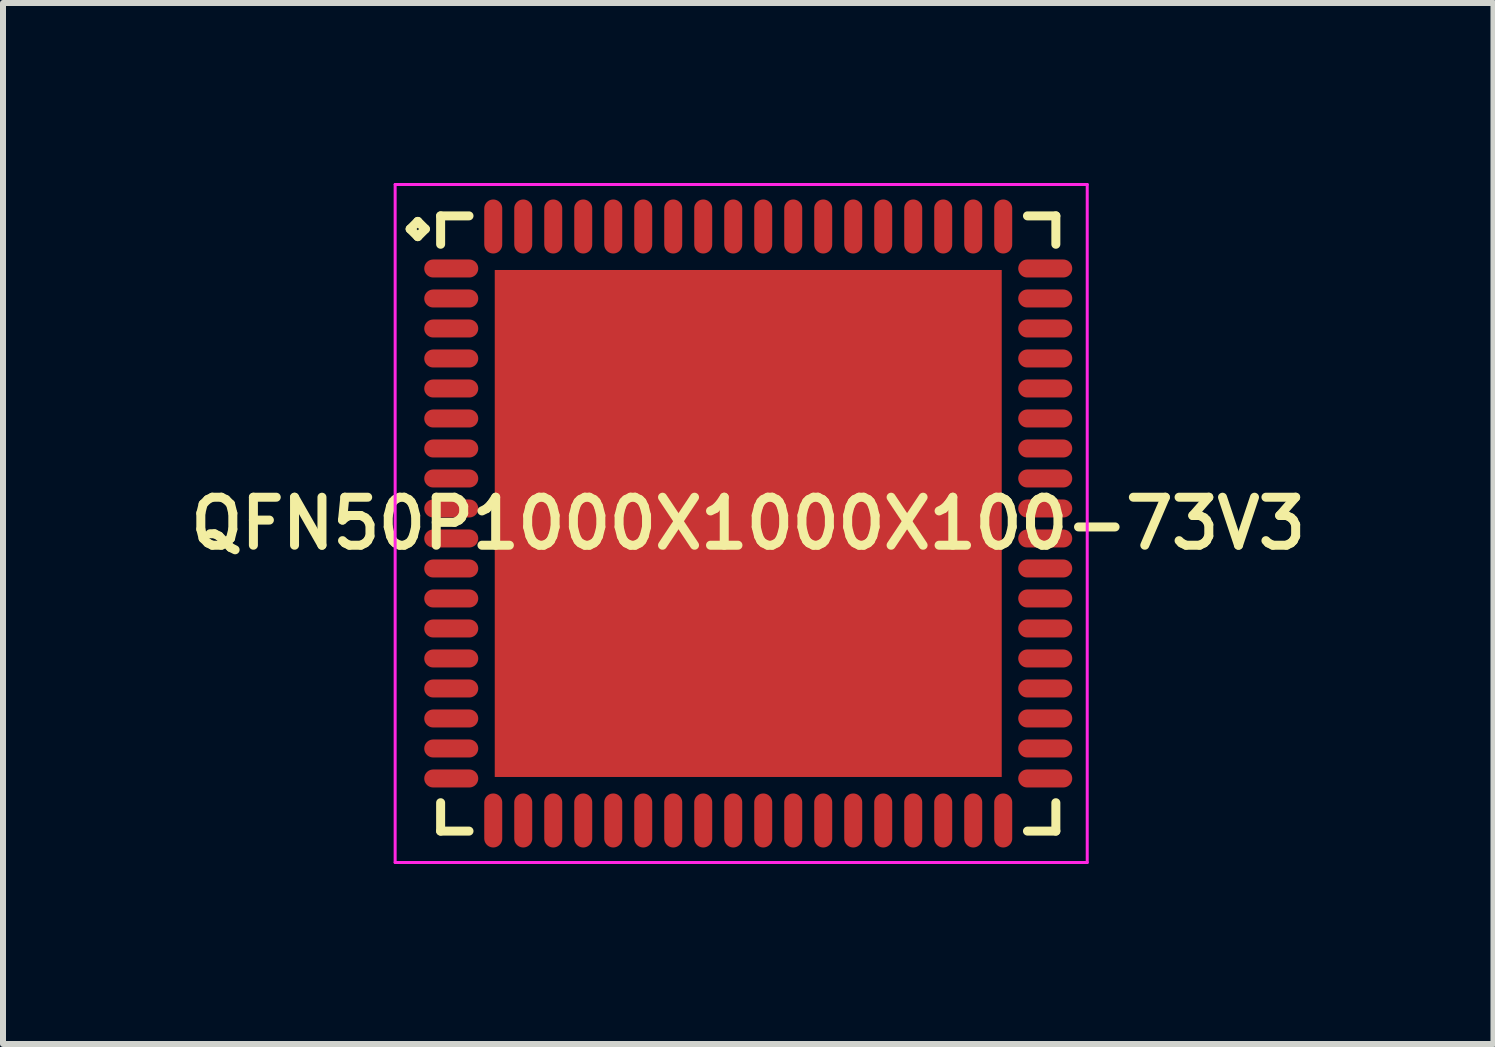
<source format=kicad_pcb>
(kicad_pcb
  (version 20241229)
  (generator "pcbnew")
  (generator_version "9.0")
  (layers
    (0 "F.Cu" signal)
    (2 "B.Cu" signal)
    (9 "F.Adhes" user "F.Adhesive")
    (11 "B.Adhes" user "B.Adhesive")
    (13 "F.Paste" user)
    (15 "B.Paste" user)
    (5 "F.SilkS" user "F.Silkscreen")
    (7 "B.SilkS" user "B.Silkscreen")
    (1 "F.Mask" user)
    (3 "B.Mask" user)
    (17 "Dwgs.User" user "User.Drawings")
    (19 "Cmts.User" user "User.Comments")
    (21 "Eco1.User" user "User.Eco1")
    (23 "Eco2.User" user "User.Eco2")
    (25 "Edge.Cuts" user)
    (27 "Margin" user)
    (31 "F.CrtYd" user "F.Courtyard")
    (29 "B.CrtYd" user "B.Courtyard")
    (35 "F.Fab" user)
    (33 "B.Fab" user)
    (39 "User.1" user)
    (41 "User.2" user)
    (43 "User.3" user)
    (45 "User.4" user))
  (footprint "QFN50P1000X1000X100-73V3"
    (layer "F.Cu")
    (at 9.421 5.675)
    (property "Reference" "QFN50P1000X1000X100-73V3" (at 0 0 0) (layer "F.SilkS") (effects (font (size 0.8 0.8) (thickness 0.15))))
    (attr smd)
    (fp_line (start -5.635 -4.908) (end -5.508 -5.035) (stroke (width 0.15) (type solid)) (layer "F.SilkS"))
    (fp_line (start -5.508 -5.035) (end -5.381 -4.908) (stroke (width 0.15) (type solid)) (layer "F.SilkS"))
    (fp_line (start -5.508 -4.781) (end -5.635 -4.908) (stroke (width 0.15) (type solid)) (layer "F.SilkS"))
    (fp_line (start -5.381 -4.908) (end -5.508 -4.781) (stroke (width 0.15) (type solid)) (layer "F.SilkS"))
    (fp_line (start -5.127 -5.127) (end -4.654 -5.127) (stroke (width 0.15) (type solid)) (layer "F.SilkS"))
    (fp_line (start -5.127 -4.654) (end -5.127 -5.127) (stroke (width 0.15) (type solid)) (layer "F.SilkS"))
    (fp_line (start -5.127 4.654) (end -5.127 5.127) (stroke (width 0.15) (type solid)) (layer "F.SilkS"))
    (fp_line (start -5.127 5.127) (end -4.654 5.127) (stroke (width 0.15) (type solid)) (layer "F.SilkS"))
    (fp_line (start 4.654 -5.127) (end 5.127 -5.127) (stroke (width 0.15) (type solid)) (layer "F.SilkS"))
    (fp_line (start 4.654 5.127) (end 5.127 5.127) (stroke (width 0.15) (type solid)) (layer "F.SilkS"))
    (fp_line (start 5.127 -5.127) (end 5.127 -4.654) (stroke (width 0.15) (type solid)) (layer "F.SilkS"))
    (fp_line (start 5.127 5.127) (end 5.127 4.654) (stroke (width 0.15) (type solid)) (layer "F.SilkS"))
    (fp_line (start -5.885 -5.65) (end 5.65 -5.65) (stroke (width 0.05) (type solid)) (layer "F.CrtYd"))
    (fp_line (start -5.885 5.65) (end -5.885 -5.65) (stroke (width 0.05) (type solid)) (layer "F.CrtYd"))
    (fp_line (start 5.65 -5.65) (end 5.65 5.65) (stroke (width 0.05) (type solid)) (layer "F.CrtYd"))
    (fp_line (start 5.65 5.65) (end -5.885 5.65) (stroke (width 0.05) (type solid)) (layer "F.CrtYd"))
    (pad "1" smd oval (at -4.95 -4.25) (size 0.9 0.3) (layers "F.Cu" "F.Mask" "F.Paste"))
    (pad "2" smd oval (at -4.95 -3.75) (size 0.9 0.3) (layers "F.Cu" "F.Mask" "F.Paste"))
    (pad "3" smd oval (at -4.95 -3.25) (size 0.9 0.3) (layers "F.Cu" "F.Mask" "F.Paste"))
    (pad "4" smd oval (at -4.95 -2.75) (size 0.9 0.3) (layers "F.Cu" "F.Mask" "F.Paste"))
    (pad "5" smd oval (at -4.95 -2.25) (size 0.9 0.3) (layers "F.Cu" "F.Mask" "F.Paste"))
    (pad "6" smd oval (at -4.95 -1.75) (size 0.9 0.3) (layers "F.Cu" "F.Mask" "F.Paste"))
    (pad "7" smd oval (at -4.95 -1.25) (size 0.9 0.3) (layers "F.Cu" "F.Mask" "F.Paste"))
    (pad "8" smd oval (at -4.95 -0.75) (size 0.9 0.3) (layers "F.Cu" "F.Mask" "F.Paste"))
    (pad "9" smd oval (at -4.95 -0.25) (size 0.9 0.3) (layers "F.Cu" "F.Mask" "F.Paste"))
    (pad "10" smd oval (at -4.95 0.25) (size 0.9 0.3) (layers "F.Cu" "F.Mask" "F.Paste"))
    (pad "11" smd oval (at -4.95 0.75) (size 0.9 0.3) (layers "F.Cu" "F.Mask" "F.Paste"))
    (pad "12" smd oval (at -4.95 1.25) (size 0.9 0.3) (layers "F.Cu" "F.Mask" "F.Paste"))
    (pad "13" smd oval (at -4.95 1.75) (size 0.9 0.3) (layers "F.Cu" "F.Mask" "F.Paste"))
    (pad "14" smd oval (at -4.95 2.25) (size 0.9 0.3) (layers "F.Cu" "F.Mask" "F.Paste"))
    (pad "15" smd oval (at -4.95 2.75) (size 0.9 0.3) (layers "F.Cu" "F.Mask" "F.Paste"))
    (pad "16" smd oval (at -4.95 3.25) (size 0.9 0.3) (layers "F.Cu" "F.Mask" "F.Paste"))
    (pad "17" smd oval (at -4.95 3.75) (size 0.9 0.3) (layers "F.Cu" "F.Mask" "F.Paste"))
    (pad "18" smd oval (at -4.95 4.25) (size 0.9 0.3) (layers "F.Cu" "F.Mask" "F.Paste"))
    (pad "19" smd oval (at -4.25 4.95) (size 0.3 0.9) (layers "F.Cu" "F.Mask" "F.Paste"))
    (pad "20" smd oval (at -3.75 4.95) (size 0.3 0.9) (layers "F.Cu" "F.Mask" "F.Paste"))
    (pad "21" smd oval (at -3.25 4.95) (size 0.3 0.9) (layers "F.Cu" "F.Mask" "F.Paste"))
    (pad "22" smd oval (at -2.75 4.95) (size 0.3 0.9) (layers "F.Cu" "F.Mask" "F.Paste"))
    (pad "23" smd oval (at -2.25 4.95) (size 0.3 0.9) (layers "F.Cu" "F.Mask" "F.Paste"))
    (pad "24" smd oval (at -1.75 4.95) (size 0.3 0.9) (layers "F.Cu" "F.Mask" "F.Paste"))
    (pad "25" smd oval (at -1.25 4.95) (size 0.3 0.9) (layers "F.Cu" "F.Mask" "F.Paste"))
    (pad "26" smd oval (at -0.75 4.95) (size 0.3 0.9) (layers "F.Cu" "F.Mask" "F.Paste"))
    (pad "27" smd oval (at -0.25 4.95) (size 0.3 0.9) (layers "F.Cu" "F.Mask" "F.Paste"))
    (pad "28" smd oval (at 0.25 4.95) (size 0.3 0.9) (layers "F.Cu" "F.Mask" "F.Paste"))
    (pad "29" smd oval (at 0.75 4.95) (size 0.3 0.9) (layers "F.Cu" "F.Mask" "F.Paste"))
    (pad "30" smd oval (at 1.25 4.95) (size 0.3 0.9) (layers "F.Cu" "F.Mask" "F.Paste"))
    (pad "31" smd oval (at 1.75 4.95) (size 0.3 0.9) (layers "F.Cu" "F.Mask" "F.Paste"))
    (pad "32" smd oval (at 2.25 4.95) (size 0.3 0.9) (layers "F.Cu" "F.Mask" "F.Paste"))
    (pad "33" smd oval (at 2.75 4.95) (size 0.3 0.9) (layers "F.Cu" "F.Mask" "F.Paste"))
    (pad "34" smd oval (at 3.25 4.95) (size 0.3 0.9) (layers "F.Cu" "F.Mask" "F.Paste"))
    (pad "35" smd oval (at 3.75 4.95) (size 0.3 0.9) (layers "F.Cu" "F.Mask" "F.Paste"))
    (pad "36" smd oval (at 4.25 4.95) (size 0.3 0.9) (layers "F.Cu" "F.Mask" "F.Paste"))
    (pad "37" smd oval (at 4.95 4.25) (size 0.9 0.3) (layers "F.Cu" "F.Mask" "F.Paste"))
    (pad "38" smd oval (at 4.95 3.75) (size 0.9 0.3) (layers "F.Cu" "F.Mask" "F.Paste"))
    (pad "39" smd oval (at 4.95 3.25) (size 0.9 0.3) (layers "F.Cu" "F.Mask" "F.Paste"))
    (pad "40" smd oval (at 4.95 2.75) (size 0.9 0.3) (layers "F.Cu" "F.Mask" "F.Paste"))
    (pad "41" smd oval (at 4.95 2.25) (size 0.9 0.3) (layers "F.Cu" "F.Mask" "F.Paste"))
    (pad "42" smd oval (at 4.95 1.75) (size 0.9 0.3) (layers "F.Cu" "F.Mask" "F.Paste"))
    (pad "43" smd oval (at 4.95 1.25) (size 0.9 0.3) (layers "F.Cu" "F.Mask" "F.Paste"))
    (pad "44" smd oval (at 4.95 0.75) (size 0.9 0.3) (layers "F.Cu" "F.Mask" "F.Paste"))
    (pad "45" smd oval (at 4.95 0.25) (size 0.9 0.3) (layers "F.Cu" "F.Mask" "F.Paste"))
    (pad "46" smd oval (at 4.95 -0.25) (size 0.9 0.3) (layers "F.Cu" "F.Mask" "F.Paste"))
    (pad "47" smd oval (at 4.95 -0.75) (size 0.9 0.3) (layers "F.Cu" "F.Mask" "F.Paste"))
    (pad "48" smd oval (at 4.95 -1.25) (size 0.9 0.3) (layers "F.Cu" "F.Mask" "F.Paste"))
    (pad "49" smd oval (at 4.95 -1.75) (size 0.9 0.3) (layers "F.Cu" "F.Mask" "F.Paste"))
    (pad "50" smd oval (at 4.95 -2.25) (size 0.9 0.3) (layers "F.Cu" "F.Mask" "F.Paste"))
    (pad "51" smd oval (at 4.95 -2.75) (size 0.9 0.3) (layers "F.Cu" "F.Mask" "F.Paste"))
    (pad "52" smd oval (at 4.95 -3.25) (size 0.9 0.3) (layers "F.Cu" "F.Mask" "F.Paste"))
    (pad "53" smd oval (at 4.95 -3.75) (size 0.9 0.3) (layers "F.Cu" "F.Mask" "F.Paste"))
    (pad "54" smd oval (at 4.95 -4.25) (size 0.9 0.3) (layers "F.Cu" "F.Mask" "F.Paste"))
    (pad "55" smd oval (at 4.25 -4.95) (size 0.3 0.9) (layers "F.Cu" "F.Mask" "F.Paste"))
    (pad "56" smd oval (at 3.75 -4.95) (size 0.3 0.9) (layers "F.Cu" "F.Mask" "F.Paste"))
    (pad "57" smd oval (at 3.25 -4.95) (size 0.3 0.9) (layers "F.Cu" "F.Mask" "F.Paste"))
    (pad "58" smd oval (at 2.75 -4.95) (size 0.3 0.9) (layers "F.Cu" "F.Mask" "F.Paste"))
    (pad "59" smd oval (at 2.25 -4.95) (size 0.3 0.9) (layers "F.Cu" "F.Mask" "F.Paste"))
    (pad "60" smd oval (at 1.75 -4.95) (size 0.3 0.9) (layers "F.Cu" "F.Mask" "F.Paste"))
    (pad "61" smd oval (at 1.25 -4.95) (size 0.3 0.9) (layers "F.Cu" "F.Mask" "F.Paste"))
    (pad "62" smd oval (at 0.75 -4.95) (size 0.3 0.9) (layers "F.Cu" "F.Mask" "F.Paste"))
    (pad "63" smd oval (at 0.25 -4.95) (size 0.3 0.9) (layers "F.Cu" "F.Mask" "F.Paste"))
    (pad "64" smd oval (at -0.25 -4.95) (size 0.3 0.9) (layers "F.Cu" "F.Mask" "F.Paste"))
    (pad "65" smd oval (at -0.75 -4.95) (size 0.3 0.9) (layers "F.Cu" "F.Mask" "F.Paste"))
    (pad "66" smd oval (at -1.25 -4.95) (size 0.3 0.9) (layers "F.Cu" "F.Mask" "F.Paste"))
    (pad "67" smd oval (at -1.75 -4.95) (size 0.3 0.9) (layers "F.Cu" "F.Mask" "F.Paste"))
    (pad "68" smd oval (at -2.25 -4.95) (size 0.3 0.9) (layers "F.Cu" "F.Mask" "F.Paste"))
    (pad "69" smd oval (at -2.75 -4.95) (size 0.3 0.9) (layers "F.Cu" "F.Mask" "F.Paste"))
    (pad "70" smd oval (at -3.25 -4.95) (size 0.3 0.9) (layers "F.Cu" "F.Mask" "F.Paste"))
    (pad "71" smd oval (at -3.75 -4.95) (size 0.3 0.9) (layers "F.Cu" "F.Mask" "F.Paste"))
    (pad "72" smd oval (at -4.25 -4.95) (size 0.3 0.9) (layers "F.Cu" "F.Mask" "F.Paste"))
    (pad "73" smd rect (at 0 0) (size 8.45 8.45) (layers "F.Cu" "F.Mask" "F.Paste")))
  (gr_rect
    (start -3 -3)
    (end 21.842 14.35)
    (stroke (width 0.1) (type default))
    (fill no)
    (layer "Edge.Cuts")))
</source>
